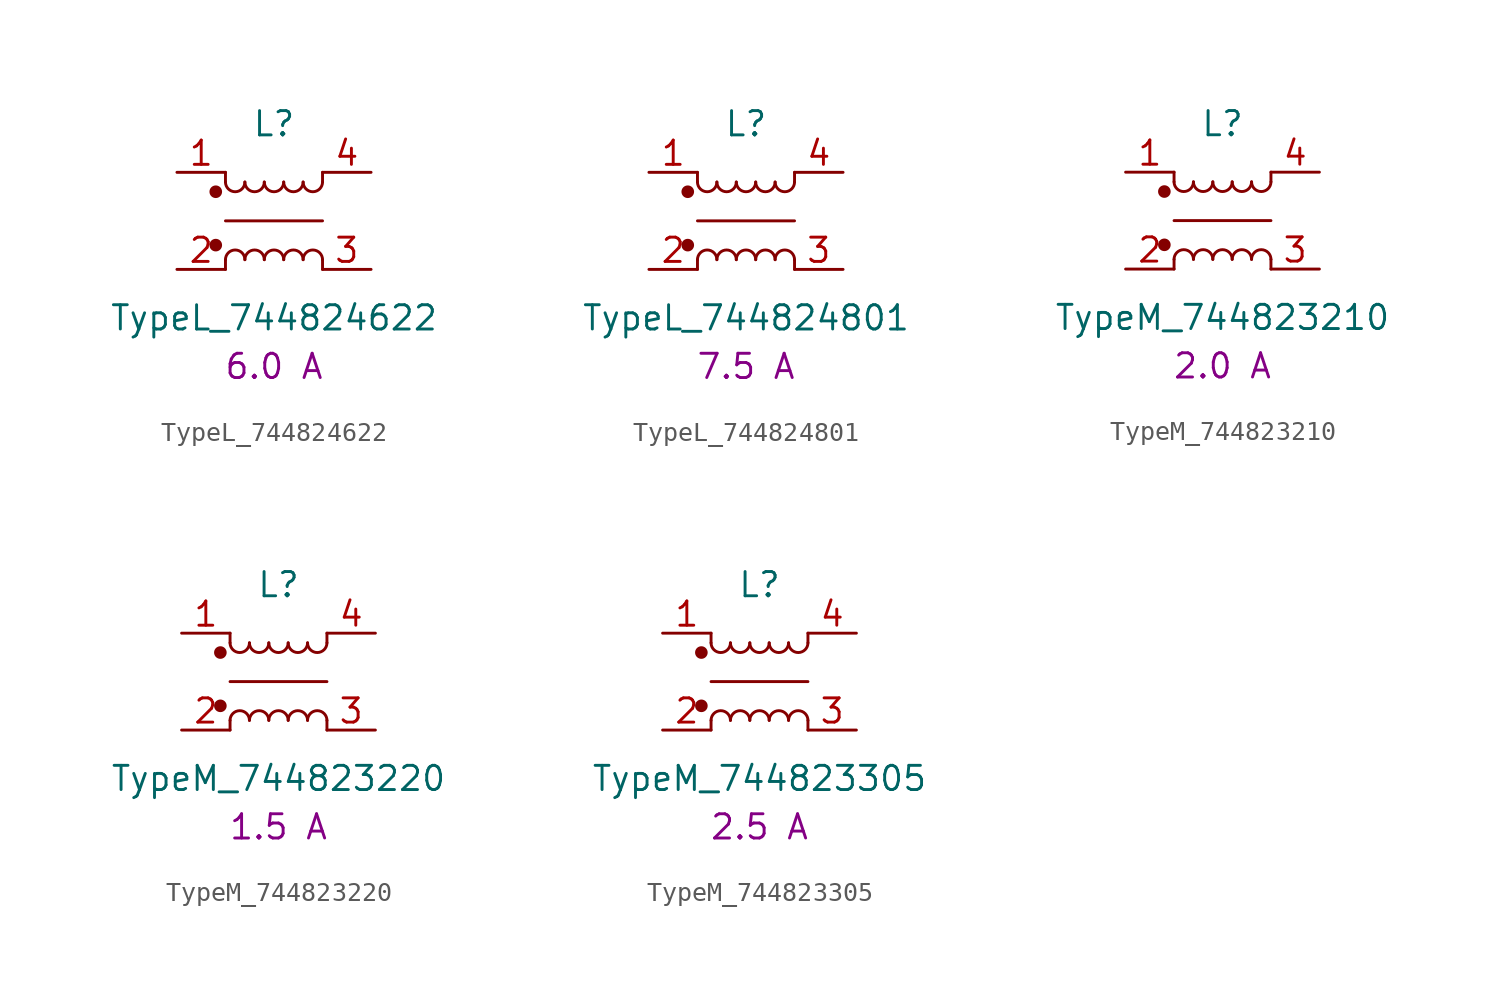
<source format=kicad_sym>
(kicad_symbol_lib
  (version 20220914)
  (generator kicad_symbol_editor)
  (symbol "TypeL_744824622"
    (pin_names hide)
    (property "Reference" "L"
      (at 0 5.08 0)
      (effects (font (size 1.27 1.27))))
    (property "Value" "TypeL_744824622"
      (at 0 -5.08 0)
      (effects (font (size 1.27 1.27))))
    (property "Critical Parameter" "6.0 A"
      (at 0 -7.62 0)
      (effects (font (size 1.27 1.27))))
    (symbol "TypeL_744824622_0_1"
      (circle (center -3.048 -1.27) (radius 0.254) (stroke (width 0) (type default)) (fill (type outline)))
      (circle (center -3.048 1.524) (radius 0.254) (stroke (width 0) (type default)) (fill (type outline)))
      (arc (start -2.54 2.032) (mid -2.032 1.5262) (end -1.524 2.032) (stroke (width 0) (type default)) (fill (type none)))
      (arc (start -1.524 -2.032) (mid -2.032 -1.5262) (end -2.54 -2.032) (stroke (width 0) (type default)) (fill (type none)))
      (arc (start -1.524 2.032) (mid -1.016 1.5262) (end -0.508 2.032) (stroke (width 0) (type default)) (fill (type none)))
      (arc (start -0.508 -2.032) (mid -1.016 -1.5262) (end -1.524 -2.032) (stroke (width 0) (type default)) (fill (type none)))
      (arc (start -0.508 2.032) (mid 0 1.5262) (end 0.508 2.032) (stroke (width 0) (type default)) (fill (type none)))
      (polyline (pts (xy -2.54 -2.032) (xy -2.54 -2.54)) (stroke (width 0) (type default)) (fill (type none)))
      (polyline (pts (xy -2.54 2.032) (xy -2.54 2.54)) (stroke (width 0) (type default)) (fill (type none)))
      (polyline (pts (xy 2.54 -2.032) (xy 2.54 -2.54)) (stroke (width 0) (type default)) (fill (type none)))
      (polyline (pts (xy 2.54 0) (xy -2.54 0)) (stroke (width 0) (type default)) (fill (type none)))
      (polyline (pts (xy 2.54 2.54) (xy 2.54 2.032)) (stroke (width 0) (type default)) (fill (type none)))
      (arc (start 0.508 -2.032) (mid 0 -1.5262) (end -0.508 -2.032) (stroke (width 0) (type default)) (fill (type none)))
      (arc (start 0.508 2.032) (mid 1.016 1.5262) (end 1.524 2.032) (stroke (width 0) (type default)) (fill (type none)))
      (arc (start 1.524 -2.032) (mid 1.016 -1.5262) (end 0.508 -2.032) (stroke (width 0) (type default)) (fill (type none)))
      (arc (start 1.524 2.032) (mid 2.032 1.5262) (end 2.54 2.032) (stroke (width 0) (type default)) (fill (type none)))
      (arc (start 2.54 -2.032) (mid 2.032 -1.5262) (end 1.524 -2.032) (stroke (width 0) (type default)) (fill (type none))))
    (symbol "TypeL_744824622_1_1"
      (pin passive line (at -5.08 2.54 0) (length 2.54) (name "1" (effects (font (size 1.27 1.27)))) (number "1" (effects (font (size 1.27 1.27)))))
      (pin passive line (at -5.08 -2.54 0) (length 2.54) (name "2" (effects (font (size 1.27 1.27)))) (number "2" (effects (font (size 1.27 1.27)))))
      (pin passive line (at 5.08 -2.54 180) (length 2.54) (name "3" (effects (font (size 1.27 1.27)))) (number "3" (effects (font (size 1.27 1.27)))))
      (pin passive line (at 5.08 2.54 180) (length 2.54) (name "4" (effects (font (size 1.27 1.27)))) (number "4" (effects (font (size 1.27 1.27)))))))
  (symbol "TypeL_744824801"
    (pin_names hide)
    (property "Reference" "L"
      (at 0 5.08 0)
      (effects (font (size 1.27 1.27))))
    (property "Value" "TypeL_744824801"
      (at 0 -5.08 0)
      (effects (font (size 1.27 1.27))))
    (property "Critical Parameter" "7.5 A"
      (at 0 -7.62 0)
      (effects (font (size 1.27 1.27))))
    (symbol "TypeL_744824801_0_1"
      (circle (center -3.048 -1.27) (radius 0.254) (stroke (width 0) (type default)) (fill (type outline)))
      (circle (center -3.048 1.524) (radius 0.254) (stroke (width 0) (type default)) (fill (type outline)))
      (arc (start -2.54 2.032) (mid -2.032 1.5262) (end -1.524 2.032) (stroke (width 0) (type default)) (fill (type none)))
      (arc (start -1.524 -2.032) (mid -2.032 -1.5262) (end -2.54 -2.032) (stroke (width 0) (type default)) (fill (type none)))
      (arc (start -1.524 2.032) (mid -1.016 1.5262) (end -0.508 2.032) (stroke (width 0) (type default)) (fill (type none)))
      (arc (start -0.508 -2.032) (mid -1.016 -1.5262) (end -1.524 -2.032) (stroke (width 0) (type default)) (fill (type none)))
      (arc (start -0.508 2.032) (mid 0 1.5262) (end 0.508 2.032) (stroke (width 0) (type default)) (fill (type none)))
      (polyline (pts (xy -2.54 -2.032) (xy -2.54 -2.54)) (stroke (width 0) (type default)) (fill (type none)))
      (polyline (pts (xy -2.54 2.032) (xy -2.54 2.54)) (stroke (width 0) (type default)) (fill (type none)))
      (polyline (pts (xy 2.54 -2.032) (xy 2.54 -2.54)) (stroke (width 0) (type default)) (fill (type none)))
      (polyline (pts (xy 2.54 0) (xy -2.54 0)) (stroke (width 0) (type default)) (fill (type none)))
      (polyline (pts (xy 2.54 2.54) (xy 2.54 2.032)) (stroke (width 0) (type default)) (fill (type none)))
      (arc (start 0.508 -2.032) (mid 0 -1.5262) (end -0.508 -2.032) (stroke (width 0) (type default)) (fill (type none)))
      (arc (start 0.508 2.032) (mid 1.016 1.5262) (end 1.524 2.032) (stroke (width 0) (type default)) (fill (type none)))
      (arc (start 1.524 -2.032) (mid 1.016 -1.5262) (end 0.508 -2.032) (stroke (width 0) (type default)) (fill (type none)))
      (arc (start 1.524 2.032) (mid 2.032 1.5262) (end 2.54 2.032) (stroke (width 0) (type default)) (fill (type none)))
      (arc (start 2.54 -2.032) (mid 2.032 -1.5262) (end 1.524 -2.032) (stroke (width 0) (type default)) (fill (type none))))
    (symbol "TypeL_744824801_1_1"
      (pin passive line (at -5.08 2.54 0) (length 2.54) (name "1" (effects (font (size 1.27 1.27)))) (number "1" (effects (font (size 1.27 1.27)))))
      (pin passive line (at -5.08 -2.54 0) (length 2.54) (name "2" (effects (font (size 1.27 1.27)))) (number "2" (effects (font (size 1.27 1.27)))))
      (pin passive line (at 5.08 -2.54 180) (length 2.54) (name "3" (effects (font (size 1.27 1.27)))) (number "3" (effects (font (size 1.27 1.27)))))
      (pin passive line (at 5.08 2.54 180) (length 2.54) (name "4" (effects (font (size 1.27 1.27)))) (number "4" (effects (font (size 1.27 1.27)))))))
  (symbol "TypeM_744823210"
    (pin_names hide)
    (property "Reference" "L"
      (at 0 5.08 0)
      (effects (font (size 1.27 1.27))))
    (property "Value" "TypeM_744823210"
      (at 0 -5.08 0)
      (effects (font (size 1.27 1.27))))
    (property "Critical Parameter" "2.0 A"
      (at 0 -7.62 0)
      (effects (font (size 1.27 1.27))))
    (symbol "TypeM_744823210_0_1"
      (circle (center -3.048 -1.27) (radius 0.254) (stroke (width 0) (type default)) (fill (type outline)))
      (circle (center -3.048 1.524) (radius 0.254) (stroke (width 0) (type default)) (fill (type outline)))
      (arc (start -2.54 2.032) (mid -2.032 1.5262) (end -1.524 2.032) (stroke (width 0) (type default)) (fill (type none)))
      (arc (start -1.524 -2.032) (mid -2.032 -1.5262) (end -2.54 -2.032) (stroke (width 0) (type default)) (fill (type none)))
      (arc (start -1.524 2.032) (mid -1.016 1.5262) (end -0.508 2.032) (stroke (width 0) (type default)) (fill (type none)))
      (arc (start -0.508 -2.032) (mid -1.016 -1.5262) (end -1.524 -2.032) (stroke (width 0) (type default)) (fill (type none)))
      (arc (start -0.508 2.032) (mid 0 1.5262) (end 0.508 2.032) (stroke (width 0) (type default)) (fill (type none)))
      (polyline (pts (xy -2.54 -2.032) (xy -2.54 -2.54)) (stroke (width 0) (type default)) (fill (type none)))
      (polyline (pts (xy -2.54 2.032) (xy -2.54 2.54)) (stroke (width 0) (type default)) (fill (type none)))
      (polyline (pts (xy 2.54 -2.032) (xy 2.54 -2.54)) (stroke (width 0) (type default)) (fill (type none)))
      (polyline (pts (xy 2.54 0) (xy -2.54 0)) (stroke (width 0) (type default)) (fill (type none)))
      (polyline (pts (xy 2.54 2.54) (xy 2.54 2.032)) (stroke (width 0) (type default)) (fill (type none)))
      (arc (start 0.508 -2.032) (mid 0 -1.5262) (end -0.508 -2.032) (stroke (width 0) (type default)) (fill (type none)))
      (arc (start 0.508 2.032) (mid 1.016 1.5262) (end 1.524 2.032) (stroke (width 0) (type default)) (fill (type none)))
      (arc (start 1.524 -2.032) (mid 1.016 -1.5262) (end 0.508 -2.032) (stroke (width 0) (type default)) (fill (type none)))
      (arc (start 1.524 2.032) (mid 2.032 1.5262) (end 2.54 2.032) (stroke (width 0) (type default)) (fill (type none)))
      (arc (start 2.54 -2.032) (mid 2.032 -1.5262) (end 1.524 -2.032) (stroke (width 0) (type default)) (fill (type none))))
    (symbol "TypeM_744823210_1_1"
      (pin passive line (at -5.08 2.54 0) (length 2.54) (name "1" (effects (font (size 1.27 1.27)))) (number "1" (effects (font (size 1.27 1.27)))))
      (pin passive line (at -5.08 -2.54 0) (length 2.54) (name "2" (effects (font (size 1.27 1.27)))) (number "2" (effects (font (size 1.27 1.27)))))
      (pin passive line (at 5.08 -2.54 180) (length 2.54) (name "3" (effects (font (size 1.27 1.27)))) (number "3" (effects (font (size 1.27 1.27)))))
      (pin passive line (at 5.08 2.54 180) (length 2.54) (name "4" (effects (font (size 1.27 1.27)))) (number "4" (effects (font (size 1.27 1.27)))))))
  (symbol "TypeM_744823220"
    (pin_names hide)
    (property "Reference" "L"
      (at 0 5.08 0)
      (effects (font (size 1.27 1.27))))
    (property "Value" "TypeM_744823220"
      (at 0 -5.08 0)
      (effects (font (size 1.27 1.27))))
    (property "Critical Parameter" "1.5 A"
      (at 0 -7.62 0)
      (effects (font (size 1.27 1.27))))
    (symbol "TypeM_744823220_0_1"
      (circle (center -3.048 -1.27) (radius 0.254) (stroke (width 0) (type default)) (fill (type outline)))
      (circle (center -3.048 1.524) (radius 0.254) (stroke (width 0) (type default)) (fill (type outline)))
      (arc (start -2.54 2.032) (mid -2.032 1.5262) (end -1.524 2.032) (stroke (width 0) (type default)) (fill (type none)))
      (arc (start -1.524 -2.032) (mid -2.032 -1.5262) (end -2.54 -2.032) (stroke (width 0) (type default)) (fill (type none)))
      (arc (start -1.524 2.032) (mid -1.016 1.5262) (end -0.508 2.032) (stroke (width 0) (type default)) (fill (type none)))
      (arc (start -0.508 -2.032) (mid -1.016 -1.5262) (end -1.524 -2.032) (stroke (width 0) (type default)) (fill (type none)))
      (arc (start -0.508 2.032) (mid 0 1.5262) (end 0.508 2.032) (stroke (width 0) (type default)) (fill (type none)))
      (polyline (pts (xy -2.54 -2.032) (xy -2.54 -2.54)) (stroke (width 0) (type default)) (fill (type none)))
      (polyline (pts (xy -2.54 2.032) (xy -2.54 2.54)) (stroke (width 0) (type default)) (fill (type none)))
      (polyline (pts (xy 2.54 -2.032) (xy 2.54 -2.54)) (stroke (width 0) (type default)) (fill (type none)))
      (polyline (pts (xy 2.54 0) (xy -2.54 0)) (stroke (width 0) (type default)) (fill (type none)))
      (polyline (pts (xy 2.54 2.54) (xy 2.54 2.032)) (stroke (width 0) (type default)) (fill (type none)))
      (arc (start 0.508 -2.032) (mid 0 -1.5262) (end -0.508 -2.032) (stroke (width 0) (type default)) (fill (type none)))
      (arc (start 0.508 2.032) (mid 1.016 1.5262) (end 1.524 2.032) (stroke (width 0) (type default)) (fill (type none)))
      (arc (start 1.524 -2.032) (mid 1.016 -1.5262) (end 0.508 -2.032) (stroke (width 0) (type default)) (fill (type none)))
      (arc (start 1.524 2.032) (mid 2.032 1.5262) (end 2.54 2.032) (stroke (width 0) (type default)) (fill (type none)))
      (arc (start 2.54 -2.032) (mid 2.032 -1.5262) (end 1.524 -2.032) (stroke (width 0) (type default)) (fill (type none))))
    (symbol "TypeM_744823220_1_1"
      (pin passive line (at -5.08 2.54 0) (length 2.54) (name "1" (effects (font (size 1.27 1.27)))) (number "1" (effects (font (size 1.27 1.27)))))
      (pin passive line (at -5.08 -2.54 0) (length 2.54) (name "2" (effects (font (size 1.27 1.27)))) (number "2" (effects (font (size 1.27 1.27)))))
      (pin passive line (at 5.08 -2.54 180) (length 2.54) (name "3" (effects (font (size 1.27 1.27)))) (number "3" (effects (font (size 1.27 1.27)))))
      (pin passive line (at 5.08 2.54 180) (length 2.54) (name "4" (effects (font (size 1.27 1.27)))) (number "4" (effects (font (size 1.27 1.27)))))))
  (symbol "TypeM_744823305"
    (pin_names hide)
    (property "Reference" "L"
      (at 0 5.08 0)
      (effects (font (size 1.27 1.27))))
    (property "Value" "TypeM_744823305"
      (at 0 -5.08 0)
      (effects (font (size 1.27 1.27))))
    (property "Critical Parameter" "2.5 A"
      (at 0 -7.62 0)
      (effects (font (size 1.27 1.27))))
    (symbol "TypeM_744823305_0_1"
      (circle (center -3.048 -1.27) (radius 0.254) (stroke (width 0) (type default)) (fill (type outline)))
      (circle (center -3.048 1.524) (radius 0.254) (stroke (width 0) (type default)) (fill (type outline)))
      (arc (start -2.54 2.032) (mid -2.032 1.5262) (end -1.524 2.032) (stroke (width 0) (type default)) (fill (type none)))
      (arc (start -1.524 -2.032) (mid -2.032 -1.5262) (end -2.54 -2.032) (stroke (width 0) (type default)) (fill (type none)))
      (arc (start -1.524 2.032) (mid -1.016 1.5262) (end -0.508 2.032) (stroke (width 0) (type default)) (fill (type none)))
      (arc (start -0.508 -2.032) (mid -1.016 -1.5262) (end -1.524 -2.032) (stroke (width 0) (type default)) (fill (type none)))
      (arc (start -0.508 2.032) (mid 0 1.5262) (end 0.508 2.032) (stroke (width 0) (type default)) (fill (type none)))
      (polyline (pts (xy -2.54 -2.032) (xy -2.54 -2.54)) (stroke (width 0) (type default)) (fill (type none)))
      (polyline (pts (xy -2.54 2.032) (xy -2.54 2.54)) (stroke (width 0) (type default)) (fill (type none)))
      (polyline (pts (xy 2.54 -2.032) (xy 2.54 -2.54)) (stroke (width 0) (type default)) (fill (type none)))
      (polyline (pts (xy 2.54 0) (xy -2.54 0)) (stroke (width 0) (type default)) (fill (type none)))
      (polyline (pts (xy 2.54 2.54) (xy 2.54 2.032)) (stroke (width 0) (type default)) (fill (type none)))
      (arc (start 0.508 -2.032) (mid 0 -1.5262) (end -0.508 -2.032) (stroke (width 0) (type default)) (fill (type none)))
      (arc (start 0.508 2.032) (mid 1.016 1.5262) (end 1.524 2.032) (stroke (width 0) (type default)) (fill (type none)))
      (arc (start 1.524 -2.032) (mid 1.016 -1.5262) (end 0.508 -2.032) (stroke (width 0) (type default)) (fill (type none)))
      (arc (start 1.524 2.032) (mid 2.032 1.5262) (end 2.54 2.032) (stroke (width 0) (type default)) (fill (type none)))
      (arc (start 2.54 -2.032) (mid 2.032 -1.5262) (end 1.524 -2.032) (stroke (width 0) (type default)) (fill (type none))))
    (symbol "TypeM_744823305_1_1"
      (pin passive line (at -5.08 2.54 0) (length 2.54) (name "1" (effects (font (size 1.27 1.27)))) (number "1" (effects (font (size 1.27 1.27)))))
      (pin passive line (at -5.08 -2.54 0) (length 2.54) (name "2" (effects (font (size 1.27 1.27)))) (number "2" (effects (font (size 1.27 1.27)))))
      (pin passive line (at 5.08 -2.54 180) (length 2.54) (name "3" (effects (font (size 1.27 1.27)))) (number "3" (effects (font (size 1.27 1.27)))))
      (pin passive line (at 5.08 2.54 180) (length 2.54) (name "4" (effects (font (size 1.27 1.27)))) (number "4" (effects (font (size 1.27 1.27))))))))
</source>
